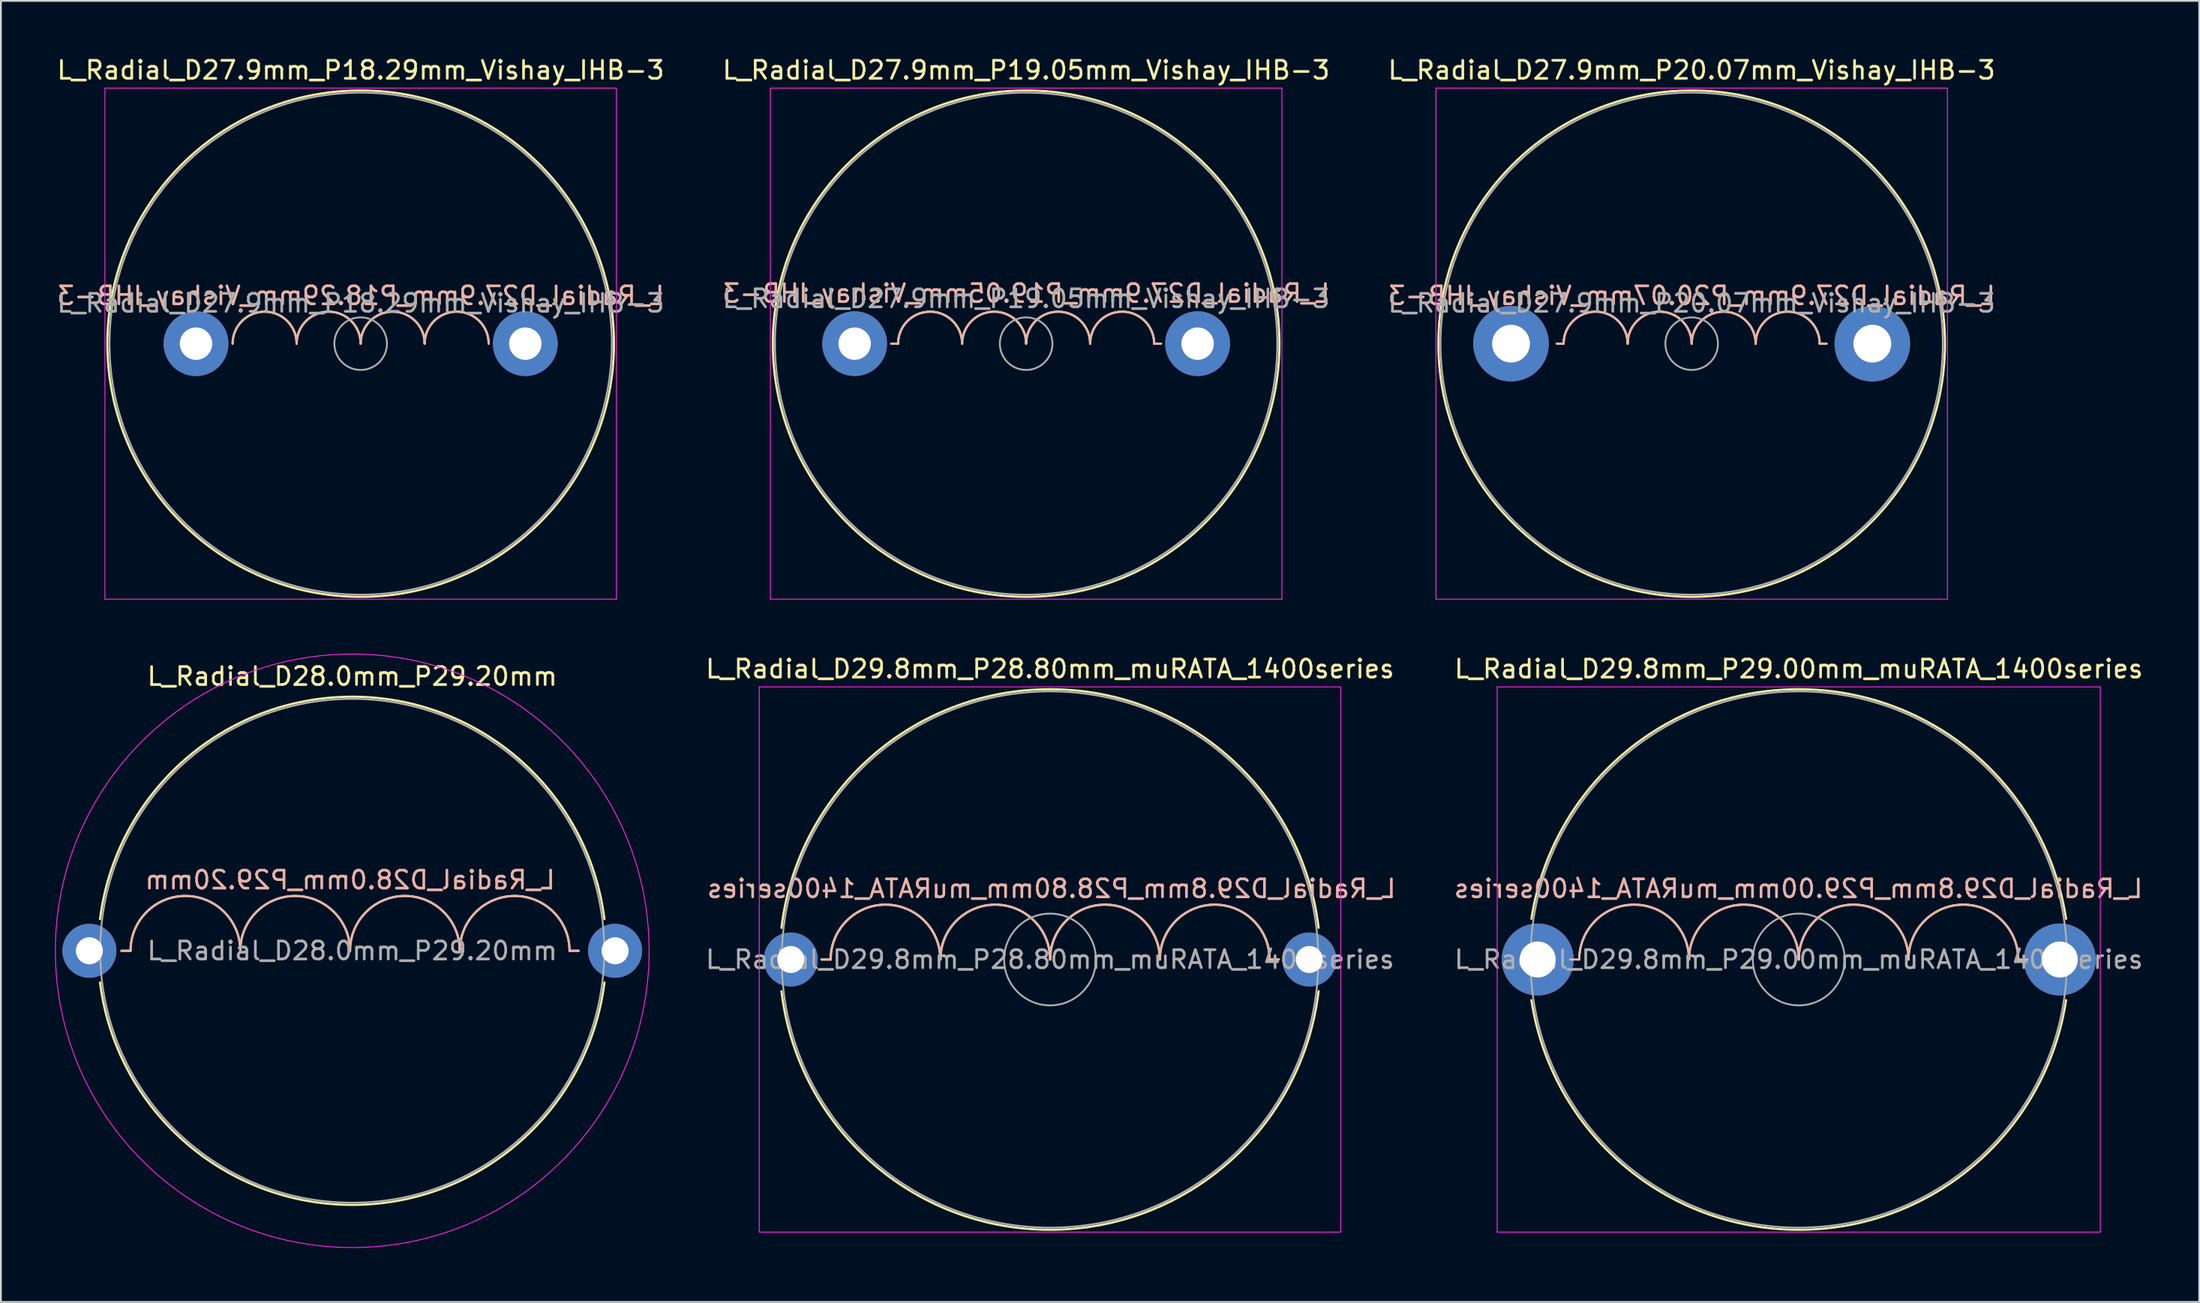
<source format=kicad_pcb>
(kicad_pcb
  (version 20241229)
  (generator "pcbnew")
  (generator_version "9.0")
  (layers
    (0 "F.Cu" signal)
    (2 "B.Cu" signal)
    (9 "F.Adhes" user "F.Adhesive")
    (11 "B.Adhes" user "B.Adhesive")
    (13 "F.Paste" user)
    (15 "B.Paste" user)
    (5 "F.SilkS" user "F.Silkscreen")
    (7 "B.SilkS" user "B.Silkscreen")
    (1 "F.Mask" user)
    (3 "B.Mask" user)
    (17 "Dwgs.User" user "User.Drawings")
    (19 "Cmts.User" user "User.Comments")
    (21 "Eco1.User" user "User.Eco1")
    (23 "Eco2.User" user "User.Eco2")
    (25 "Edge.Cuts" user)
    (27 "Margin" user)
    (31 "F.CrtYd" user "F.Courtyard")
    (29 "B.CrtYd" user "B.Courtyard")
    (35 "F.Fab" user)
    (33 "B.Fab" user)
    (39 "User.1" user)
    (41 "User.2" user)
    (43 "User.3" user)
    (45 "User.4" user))
  (footprint "L_Radial_D28.0mm_P29.20mm"
    (layer "F.Cu")
    (at 1.915 49.788)
    (property "Reference" "L_Radial_D28.0mm_P29.20mm" (at 14.6 -15.25 0) (layer "F.SilkS") (effects (font (size 1 1) (thickness 0.15))))
    (fp_line (start 2.286 0) (end 1.778 0) (stroke (width 0.12) (type solid)) (layer "F.SilkS"))
    (fp_line (start 26.67 0) (end 27.178 0) (stroke (width 0.12) (type solid)) (layer "F.SilkS"))
    (fp_arc (start 0.590118 -1.76) (mid 14.6 -14.12) (end 28.609882 -1.76) (stroke (width 0.12) (type solid)) (layer "F.SilkS"))
    (fp_arc (start 2.286 0) (mid 5.334 -3.048) (end 8.382 0) (stroke (width 0.12) (type solid)) (layer "F.SilkS"))
    (fp_arc (start 8.382 0) (mid 11.43 -3.048) (end 14.478 0) (stroke (width 0.12) (type solid)) (layer "F.SilkS"))
    (fp_arc (start 14.478 0) (mid 17.526 -3.048) (end 20.574 0) (stroke (width 0.12) (type solid)) (layer "F.SilkS"))
    (fp_arc (start 20.574 0) (mid 23.622 -3.048) (end 26.67 0) (stroke (width 0.12) (type solid)) (layer "F.SilkS"))
    (fp_arc (start 28.609882 1.76) (mid 14.6 14.12) (end 0.590118 1.76) (stroke (width 0.12) (type solid)) (layer "F.SilkS"))
    (fp_line (start 2.286 0) (end 1.778 0) (stroke (width 0.12) (type solid)) (layer "B.SilkS"))
    (fp_line (start 26.67 0) (end 27.178 0) (stroke (width 0.12) (type solid)) (layer "B.SilkS"))
    (fp_arc (start 2.286 0) (mid 5.334 -3.048) (end 8.382 0) (stroke (width 0.12) (type solid)) (layer "B.SilkS"))
    (fp_arc (start 8.382 0) (mid 11.43 -3.048) (end 14.478 0) (stroke (width 0.12) (type solid)) (layer "B.SilkS"))
    (fp_arc (start 14.478 0) (mid 17.526 -3.048) (end 20.574 0) (stroke (width 0.12) (type solid)) (layer "B.SilkS"))
    (fp_arc (start 20.574 0) (mid 23.622 -3.048) (end 26.67 0) (stroke (width 0.12) (type solid)) (layer "B.SilkS"))
    (fp_circle (center 14.6 0) (end 31.09 0) (stroke (width 0.05) (type solid)) (fill no) (layer "F.CrtYd"))
    (fp_circle (center 14.6 0) (end 28.6 0) (stroke (width 0.1) (type solid)) (fill no) (layer "F.Fab"))
    (fp_text user "${REFERENCE}" (at 14.478 -3.937 0) (layer "B.SilkS") (effects (font (size 1 1) (thickness 0.15)) (justify mirror)))
    (fp_text user "${REFERENCE}" (at 14.6 0 0) (layer "F.Fab") (effects (font (size 1 1) (thickness 0.15))))
    (pad "1" thru_hole circle (at 0 0) (size 3 3) (drill 1.5) (layers "*.Cu" "*.Mask"))
    (pad "2" thru_hole circle (at 29.2 0) (size 3 3) (drill 1.5) (layers "*.Cu" "*.Mask")))
  (footprint "L_Radial_D27.9mm_P19.05mm_Vishay_IHB-3"
    (layer "F.Cu")
    (at 44.422 16.048)
    (property "Reference" "L_Radial_D27.9mm_P19.05mm_Vishay_IHB-3" (at 9.525 -15.2 0) (layer "F.SilkS") (effects (font (size 1 1) (thickness 0.15))))
    (fp_line (start 2.413 0) (end 2.032 0) (stroke (width 0.12) (type solid)) (layer "F.SilkS"))
    (fp_line (start 16.637 0) (end 17.018 0) (stroke (width 0.12) (type solid)) (layer "F.SilkS"))
    (fp_arc (start 2.413 0) (mid 4.191 -1.778) (end 5.969 0) (stroke (width 0.12) (type solid)) (layer "F.SilkS"))
    (fp_arc (start 5.969 0) (mid 7.747 -1.778) (end 9.525 0) (stroke (width 0.12) (type solid)) (layer "F.SilkS"))
    (fp_arc (start 9.526 0) (mid 11.303 -1.777) (end 13.08 0) (stroke (width 0.12) (type solid)) (layer "F.SilkS"))
    (fp_arc (start 13.081 0) (mid 14.859 -1.778) (end 16.637 0) (stroke (width 0.12) (type solid)) (layer "F.SilkS"))
    (fp_circle (center 9.525 0) (end 23.595 0) (stroke (width 0.12) (type solid)) (fill no) (layer "F.SilkS"))
    (fp_line (start 2.413 0) (end 2.032 0) (stroke (width 0.12) (type solid)) (layer "B.SilkS"))
    (fp_line (start 16.637 0) (end 17.018 0) (stroke (width 0.12) (type solid)) (layer "B.SilkS"))
    (fp_arc (start 2.413 0) (mid 4.191 -1.778) (end 5.969 0) (stroke (width 0.12) (type solid)) (layer "B.SilkS"))
    (fp_arc (start 5.97 0) (mid 7.747 -1.777) (end 9.524 0) (stroke (width 0.12) (type solid)) (layer "B.SilkS"))
    (fp_arc (start 9.525 0) (mid 11.303 -1.778) (end 13.081 0) (stroke (width 0.12) (type solid)) (layer "B.SilkS"))
    (fp_arc (start 13.081 0) (mid 14.859 -1.778) (end 16.637 0) (stroke (width 0.12) (type solid)) (layer "B.SilkS"))
    (fp_line (start -4.68 -14.2) (end -4.68 14.2) (stroke (width 0.05) (type solid)) (layer "F.CrtYd"))
    (fp_line (start -4.68 14.2) (end 23.73 14.2) (stroke (width 0.05) (type solid)) (layer "F.CrtYd"))
    (fp_line (start 23.73 -14.2) (end -4.68 -14.2) (stroke (width 0.05) (type solid)) (layer "F.CrtYd"))
    (fp_line (start 23.73 14.2) (end 23.73 -14.2) (stroke (width 0.05) (type solid)) (layer "F.CrtYd"))
    (fp_circle (center 9.525 0) (end 10.985 0) (stroke (width 0.1) (type solid)) (fill no) (layer "F.Fab"))
    (fp_circle (center 9.525 0) (end 23.475 0) (stroke (width 0.1) (type solid)) (fill no) (layer "F.Fab"))
    (fp_text user "${REFERENCE}" (at 9.525 -2.794 0) (layer "B.SilkS") (effects (font (size 1 1) (thickness 0.15)) (justify mirror)))
    (fp_text user "${REFERENCE}" (at 9.525 -2.5 0) (layer "F.Fab") (effects (font (size 1 1) (thickness 0.15))))
    (pad "1" thru_hole circle (at 0 0) (size 3.6 3.6) (drill 1.8) (layers "*.Cu" "*.Mask"))
    (pad "2" thru_hole circle (at 19.05 0) (size 3.6 3.6) (drill 1.8) (layers "*.Cu" "*.Mask")))
  (footprint "L_Radial_D27.9mm_P18.29mm_Vishay_IHB-3"
    (layer "F.Cu")
    (at 7.838 16.048)
    (property "Reference" "L_Radial_D27.9mm_P18.29mm_Vishay_IHB-3" (at 9.145 -15.2 0) (layer "F.SilkS") (effects (font (size 1 1) (thickness 0.15))))
    (fp_arc (start 2.032 0) (mid 3.81 -1.778) (end 5.588 0) (stroke (width 0.12) (type solid)) (layer "F.SilkS"))
    (fp_arc (start 5.588 0) (mid 7.366 -1.778) (end 9.144 0) (stroke (width 0.12) (type solid)) (layer "F.SilkS"))
    (fp_arc (start 9.145 0) (mid 10.922 -1.777) (end 12.699 0) (stroke (width 0.12) (type solid)) (layer "F.SilkS"))
    (fp_arc (start 12.7 0) (mid 14.478 -1.778) (end 16.256 0) (stroke (width 0.12) (type solid)) (layer "F.SilkS"))
    (fp_circle (center 9.145 0) (end 23.215 0) (stroke (width 0.12) (type solid)) (fill no) (layer "F.SilkS"))
    (fp_arc (start 2.032 0) (mid 3.81 -1.778) (end 5.588 0) (stroke (width 0.12) (type solid)) (layer "B.SilkS"))
    (fp_arc (start 5.589 0) (mid 7.366 -1.777) (end 9.143 0) (stroke (width 0.12) (type solid)) (layer "B.SilkS"))
    (fp_arc (start 9.144 0) (mid 10.922 -1.778) (end 12.7 0) (stroke (width 0.12) (type solid)) (layer "B.SilkS"))
    (fp_arc (start 12.7 0) (mid 14.478 -1.778) (end 16.256 0) (stroke (width 0.12) (type solid)) (layer "B.SilkS"))
    (fp_line (start -5.06 -14.2) (end -5.06 14.2) (stroke (width 0.05) (type solid)) (layer "F.CrtYd"))
    (fp_line (start -5.06 14.2) (end 23.35 14.2) (stroke (width 0.05) (type solid)) (layer "F.CrtYd"))
    (fp_line (start 23.35 -14.2) (end -5.06 -14.2) (stroke (width 0.05) (type solid)) (layer "F.CrtYd"))
    (fp_line (start 23.35 14.2) (end 23.35 -14.2) (stroke (width 0.05) (type solid)) (layer "F.CrtYd"))
    (fp_circle (center 9.145 0) (end 10.605 0) (stroke (width 0.1) (type solid)) (fill no) (layer "F.Fab"))
    (fp_circle (center 9.145 0) (end 23.095 0) (stroke (width 0.1) (type solid)) (fill no) (layer "F.Fab"))
    (fp_text user "${REFERENCE}" (at 9.144 -2.667 0) (layer "B.SilkS") (effects (font (size 1 1) (thickness 0.15)) (justify mirror)))
    (fp_text user "${REFERENCE}" (at 9.145 -2.25 0) (layer "F.Fab") (effects (font (size 1 1) (thickness 0.15))))
    (pad "1" thru_hole circle (at 0 0) (size 3.6 3.6) (drill 1.8) (layers "*.Cu" "*.Mask"))
    (pad "2" thru_hole circle (at 18.29 0) (size 3.6 3.6) (drill 1.8) (layers "*.Cu" "*.Mask")))
  (footprint "L_Radial_D29.8mm_P29.00mm_muRATA_1400series"
    (layer "F.Cu")
    (at 82.362 50.272)
    (property "Reference" "L_Radial_D29.8mm_P29.00mm_muRATA_1400series" (at 14.5 -16.15 0) (layer "F.SilkS") (effects (font (size 1 1) (thickness 0.15))))
    (fp_arc (start -0.349 -2.26) (mid 14.5 -15.02) (end 29.349 -2.26) (stroke (width 0.12) (type solid)) (layer "F.SilkS"))
    (fp_arc (start 2.308 0) (mid 5.356 -3.048) (end 8.404 0) (stroke (width 0.12) (type solid)) (layer "F.SilkS"))
    (fp_arc (start 8.404 0) (mid 11.452 -3.048) (end 14.5 0) (stroke (width 0.12) (type solid)) (layer "F.SilkS"))
    (fp_arc (start 14.5 0) (mid 17.548 -3.048) (end 20.596 0) (stroke (width 0.12) (type solid)) (layer "F.SilkS"))
    (fp_arc (start 20.596 0) (mid 23.644 -3.048) (end 26.692 0) (stroke (width 0.12) (type solid)) (layer "F.SilkS"))
    (fp_arc (start 29.349 2.26) (mid 14.5 15.02) (end -0.349 2.26) (stroke (width 0.12) (type solid)) (layer "F.SilkS"))
    (fp_line (start 2.308 0) (end 1.8 0) (stroke (width 0.12) (type solid)) (layer "B.SilkS"))
    (fp_line (start 26.692 0) (end 27.2 0) (stroke (width 0.12) (type solid)) (layer "B.SilkS"))
    (fp_arc (start 2.308 0) (mid 5.356 -3.048) (end 8.404 0) (stroke (width 0.12) (type solid)) (layer "B.SilkS"))
    (fp_arc (start 8.404 0) (mid 11.452 -3.048) (end 14.5 0) (stroke (width 0.12) (type solid)) (layer "B.SilkS"))
    (fp_arc (start 14.5 0) (mid 17.548 -3.048) (end 20.596 0) (stroke (width 0.12) (type solid)) (layer "B.SilkS"))
    (fp_arc (start 20.596 0) (mid 23.644 -3.048) (end 26.692 0) (stroke (width 0.12) (type solid)) (layer "B.SilkS"))
    (fp_line (start -2.25 -15.15) (end -2.25 15.15) (stroke (width 0.05) (type solid)) (layer "F.CrtYd"))
    (fp_line (start -2.25 15.15) (end 31.25 15.15) (stroke (width 0.05) (type solid)) (layer "F.CrtYd"))
    (fp_line (start 31.25 -15.15) (end -2.25 -15.15) (stroke (width 0.05) (type solid)) (layer "F.CrtYd"))
    (fp_line (start 31.25 15.15) (end 31.25 -15.15) (stroke (width 0.05) (type solid)) (layer "F.CrtYd"))
    (fp_circle (center 14.5 0) (end 17.05 0) (stroke (width 0.1) (type solid)) (fill no) (layer "F.Fab"))
    (fp_circle (center 14.5 0) (end 29.4 0) (stroke (width 0.1) (type solid)) (fill no) (layer "F.Fab"))
    (fp_text user "${REFERENCE}" (at 14.478 -3.937 0) (layer "B.SilkS") (effects (font (size 1 1) (thickness 0.15)) (justify mirror)))
    (fp_text user "${REFERENCE}" (at 14.5 0 0) (layer "F.Fab") (effects (font (size 1 1) (thickness 0.15))))
    (pad "1" thru_hole circle (at 0 0) (size 4 4) (drill 2) (layers "*.Cu" "*.Mask"))
    (pad "2" thru_hole circle (at 29 0) (size 4 4) (drill 2) (layers "*.Cu" "*.Mask")))
  (footprint "L_Radial_D29.8mm_P28.80mm_muRATA_1400series"
    (layer "F.Cu")
    (at 40.874 50.272)
    (property "Reference" "L_Radial_D29.8mm_P28.80mm_muRATA_1400series" (at 14.4 -16.15 0) (layer "F.SilkS") (effects (font (size 1 1) (thickness 0.15))))
    (fp_line (start 2.208 0) (end 1.7 0) (stroke (width 0.12) (type solid)) (layer "F.SilkS"))
    (fp_line (start 26.592 0) (end 27.1 0) (stroke (width 0.12) (type solid)) (layer "F.SilkS"))
    (fp_arc (start -0.516528 -1.76) (mid 14.4 -15.02) (end 29.316528 -1.76) (stroke (width 0.12) (type solid)) (layer "F.SilkS"))
    (fp_arc (start 2.208 0) (mid 5.256 -3.048) (end 8.304 0) (stroke (width 0.12) (type solid)) (layer "F.SilkS"))
    (fp_arc (start 8.304 0) (mid 11.352 -3.048) (end 14.4 0) (stroke (width 0.12) (type solid)) (layer "F.SilkS"))
    (fp_arc (start 14.4 0) (mid 17.448 -3.048) (end 20.496 0) (stroke (width 0.12) (type solid)) (layer "F.SilkS"))
    (fp_arc (start 20.496 0) (mid 23.544 -3.048) (end 26.592 0) (stroke (width 0.12) (type solid)) (layer "F.SilkS"))
    (fp_arc (start 29.316528 1.76) (mid 14.4 15.02) (end -0.516528 1.76) (stroke (width 0.12) (type solid)) (layer "F.SilkS"))
    (fp_line (start 2.223 0) (end 1.714 0) (stroke (width 0.12) (type solid)) (layer "B.SilkS"))
    (fp_line (start 26.607 0) (end 27.114 0) (stroke (width 0.12) (type solid)) (layer "B.SilkS"))
    (fp_arc (start 2.2225 0) (mid 5.2705 -3.048) (end 8.3185 0) (stroke (width 0.12) (type solid)) (layer "B.SilkS"))
    (fp_arc (start 8.3185 0) (mid 11.3665 -3.048) (end 14.4145 0) (stroke (width 0.12) (type solid)) (layer "B.SilkS"))
    (fp_arc (start 14.4145 0) (mid 17.4625 -3.048) (end 20.5105 0) (stroke (width 0.12) (type solid)) (layer "B.SilkS"))
    (fp_arc (start 20.5105 0) (mid 23.5585 -3.048) (end 26.6065 0) (stroke (width 0.12) (type solid)) (layer "B.SilkS"))
    (fp_line (start -1.75 -15.15) (end -1.75 15.15) (stroke (width 0.05) (type solid)) (layer "F.CrtYd"))
    (fp_line (start -1.75 15.15) (end 30.55 15.15) (stroke (width 0.05) (type solid)) (layer "F.CrtYd"))
    (fp_line (start 30.55 -15.15) (end -1.75 -15.15) (stroke (width 0.05) (type solid)) (layer "F.CrtYd"))
    (fp_line (start 30.55 15.15) (end 30.55 -15.15) (stroke (width 0.05) (type solid)) (layer "F.CrtYd"))
    (fp_circle (center 14.4 0) (end 16.95 0) (stroke (width 0.1) (type solid)) (fill no) (layer "F.Fab"))
    (fp_circle (center 14.4 0) (end 29.3 0) (stroke (width 0.1) (type solid)) (fill no) (layer "F.Fab"))
    (fp_text user "${REFERENCE}" (at 14.478 -3.937 0) (layer "B.SilkS") (effects (font (size 1 1) (thickness 0.15)) (justify mirror)))
    (fp_text user "${REFERENCE}" (at 14.4 0 0) (layer "F.Fab") (effects (font (size 1 1) (thickness 0.15))))
    (pad "1" thru_hole circle (at 0 0) (size 3 3) (drill 1.5) (layers "*.Cu" "*.Mask"))
    (pad "2" thru_hole circle (at 28.8 0) (size 3 3) (drill 1.5) (layers "*.Cu" "*.Mask")))
  (footprint "L_Radial_D27.9mm_P20.07mm_Vishay_IHB-3"
    (layer "F.Cu")
    (at 80.879 16.048)
    (property "Reference" "L_Radial_D27.9mm_P20.07mm_Vishay_IHB-3" (at 10.035 -15.2 0) (layer "F.SilkS") (effects (font (size 1 1) (thickness 0.15))))
    (fp_line (start 2.923 0) (end 2.54 0) (stroke (width 0.12) (type solid)) (layer "F.SilkS"))
    (fp_line (start 17.147 0) (end 17.526 0) (stroke (width 0.12) (type solid)) (layer "F.SilkS"))
    (fp_arc (start 2.923 0) (mid 4.701 -1.778) (end 6.479 0) (stroke (width 0.12) (type solid)) (layer "F.SilkS"))
    (fp_arc (start 6.479 0) (mid 8.257 -1.778) (end 10.035 0) (stroke (width 0.12) (type solid)) (layer "F.SilkS"))
    (fp_arc (start 10.036 0) (mid 11.813 -1.777) (end 13.59 0) (stroke (width 0.12) (type solid)) (layer "F.SilkS"))
    (fp_arc (start 13.591 0) (mid 15.369 -1.778) (end 17.147 0) (stroke (width 0.12) (type solid)) (layer "F.SilkS"))
    (fp_circle (center 10.035 0) (end 24.105 0) (stroke (width 0.12) (type solid)) (fill no) (layer "F.SilkS"))
    (fp_line (start 2.921 0) (end 2.542 0) (stroke (width 0.12) (type solid)) (layer "B.SilkS"))
    (fp_line (start 17.145 0) (end 17.528 0) (stroke (width 0.12) (type solid)) (layer "B.SilkS"))
    (fp_arc (start 2.921 0) (mid 4.699 -1.778) (end 6.477 0) (stroke (width 0.12) (type solid)) (layer "B.SilkS"))
    (fp_arc (start 6.478 0) (mid 8.255 -1.777) (end 10.032 0) (stroke (width 0.12) (type solid)) (layer "B.SilkS"))
    (fp_arc (start 10.033 0) (mid 11.811 -1.778) (end 13.589 0) (stroke (width 0.12) (type solid)) (layer "B.SilkS"))
    (fp_arc (start 13.589 0) (mid 15.367 -1.778) (end 17.145 0) (stroke (width 0.12) (type solid)) (layer "B.SilkS"))
    (fp_line (start -4.17 -14.2) (end -4.17 14.2) (stroke (width 0.05) (type solid)) (layer "F.CrtYd"))
    (fp_line (start -4.17 14.2) (end 24.24 14.2) (stroke (width 0.05) (type solid)) (layer "F.CrtYd"))
    (fp_line (start 24.24 -14.2) (end -4.17 -14.2) (stroke (width 0.05) (type solid)) (layer "F.CrtYd"))
    (fp_line (start 24.24 14.2) (end 24.24 -14.2) (stroke (width 0.05) (type solid)) (layer "F.CrtYd"))
    (fp_circle (center 10.035 0) (end 11.495 0) (stroke (width 0.1) (type solid)) (fill no) (layer "F.Fab"))
    (fp_circle (center 10.035 0) (end 23.985 0) (stroke (width 0.1) (type solid)) (fill no) (layer "F.Fab"))
    (fp_text user "${REFERENCE}" (at 10.033 -2.667 0) (layer "B.SilkS") (effects (font (size 1 1) (thickness 0.15)) (justify mirror)))
    (fp_text user "${REFERENCE}" (at 10.035 -2.25 0) (layer "F.Fab") (effects (font (size 1 1) (thickness 0.15))))
    (pad "1" thru_hole circle (at 0 0) (size 4.2 4.2) (drill 2.1) (layers "*.Cu" "*.Mask"))
    (pad "2" thru_hole circle (at 20.07 0) (size 4.2 4.2) (drill 2.1) (layers "*.Cu" "*.Mask")))
  (gr_rect
    (start -3 -3)
    (end 119.106 69.303)
    (stroke (width 0.1) (type default))
    (fill no)
    (layer "Edge.Cuts")))
</source>
